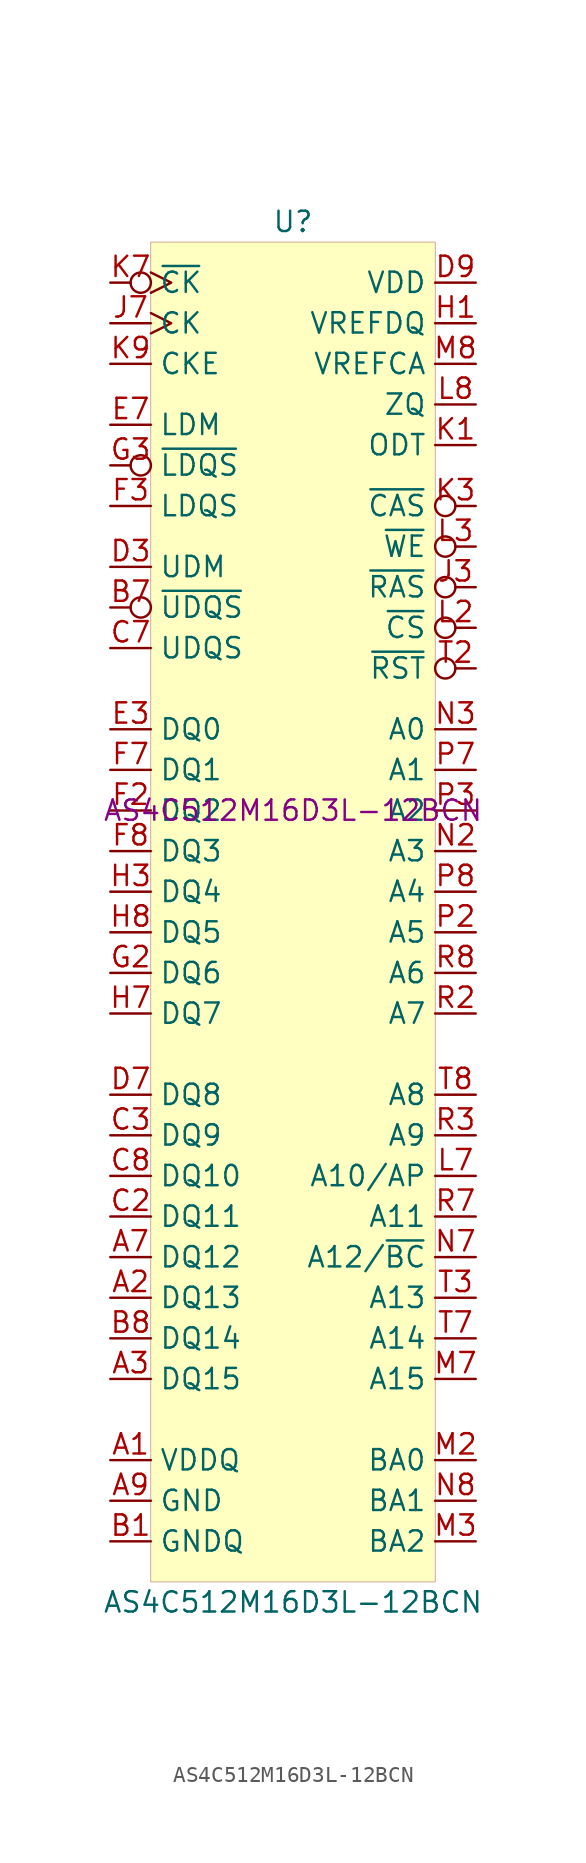
<source format=kicad_sym>
(kicad_symbol_lib
  (version 20201005)
  (generator kicad_symbol_editor)
  (symbol "lethalbit-memory:AS4C512M16D3L-12BCN"
    (property "Reference" "U"
      (at 0 36.83 0)
      (effects (font (size 1.27 1.27))))
    (property "Value" "AS4C512M16D3L-12BCN"
      (at 0 -49.53 0)
      (effects (font (size 1.27 1.27))))
    (property "MPN" "AS4C512M16D3L-12BCN"
      (at 0 0 0)
      (effects (font (size 1.27 1.27))))
    (symbol "AS4C512M16D3L-12BCN_0_1"
      (rectangle (start -8.89 35.56) (end 8.89 -48.26) (stroke (width 0.001)) (fill (type background))))
    (symbol "AS4C512M16D3L-12BCN_1_1"
      (pin bidirectional line (at -11.43 -22.86 0) (length 2.54) (name "DQ10" (effects (font (size 1.27 1.27)))) (number "C8" (effects (font (size 1.27 1.27)))))
      (pin passive line (at -11.43 -40.64 0) (length 2.54) hide (name "VDDQ" (effects (font (size 1.27 1.27)))) (number "C9" (effects (font (size 1.27 1.27)))))
      (pin passive line (at -11.43 -45.72 0) (length 2.54) hide (name "GNDQ" (effects (font (size 1.27 1.27)))) (number "D1" (effects (font (size 1.27 1.27)))))
      (pin passive line (at -11.43 -40.64 0) (length 2.54) hide (name "VDDQ" (effects (font (size 1.27 1.27)))) (number "D2" (effects (font (size 1.27 1.27)))))
      (pin input line (at -11.43 15.24 0) (length 2.54) (name "UDM" (effects (font (size 1.27 1.27)))) (number "D3" (effects (font (size 1.27 1.27)))))
      (pin bidirectional line (at -11.43 -17.78 0) (length 2.54) (name "DQ8" (effects (font (size 1.27 1.27)))) (number "D7" (effects (font (size 1.27 1.27)))))
      (pin passive line (at -11.43 -45.72 0) (length 2.54) hide (name "GNDQ" (effects (font (size 1.27 1.27)))) (number "D8" (effects (font (size 1.27 1.27)))))
      (pin power_in line (at 11.43 33.02 180) (length 2.54) (name "VDD" (effects (font (size 1.27 1.27)))) (number "D9" (effects (font (size 1.27 1.27)))))
      (pin passive line (at -11.43 -43.18 0) (length 2.54) hide (name "GND" (effects (font (size 1.27 1.27)))) (number "B3" (effects (font (size 1.27 1.27)))))
      (pin bidirectional inverted (at -11.43 12.7 0) (length 2.54) (name "~UDQS" (effects (font (size 1.27 1.27)))) (number "B7" (effects (font (size 1.27 1.27)))))
      (pin bidirectional line (at -11.43 -33.02 0) (length 2.54) (name "DQ14" (effects (font (size 1.27 1.27)))) (number "B8" (effects (font (size 1.27 1.27)))))
      (pin passive line (at -11.43 -45.72 0) (length 2.54) hide (name "GNDQ" (effects (font (size 1.27 1.27)))) (number "B9" (effects (font (size 1.27 1.27)))))
      (pin passive line (at -11.43 -40.64 0) (length 2.54) hide (name "VDDQ" (effects (font (size 1.27 1.27)))) (number "C1" (effects (font (size 1.27 1.27)))))
      (pin bidirectional line (at -11.43 -25.4 0) (length 2.54) (name "DQ11" (effects (font (size 1.27 1.27)))) (number "C2" (effects (font (size 1.27 1.27)))))
      (pin bidirectional line (at -11.43 -20.32 0) (length 2.54) (name "DQ9" (effects (font (size 1.27 1.27)))) (number "C3" (effects (font (size 1.27 1.27)))))
      (pin bidirectional line (at -11.43 10.16 0) (length 2.54) (name "UDQS" (effects (font (size 1.27 1.27)))) (number "C7" (effects (font (size 1.27 1.27)))))
      (pin power_in line (at -11.43 -40.64 0) (length 2.54) (name "VDDQ" (effects (font (size 1.27 1.27)))) (number "A1" (effects (font (size 1.27 1.27)))))
      (pin bidirectional line (at -11.43 -30.48 0) (length 2.54) (name "DQ13" (effects (font (size 1.27 1.27)))) (number "A2" (effects (font (size 1.27 1.27)))))
      (pin bidirectional line (at -11.43 -35.56 0) (length 2.54) (name "DQ15" (effects (font (size 1.27 1.27)))) (number "A3" (effects (font (size 1.27 1.27)))))
      (pin bidirectional line (at -11.43 -27.94 0) (length 2.54) (name "DQ12" (effects (font (size 1.27 1.27)))) (number "A7" (effects (font (size 1.27 1.27)))))
      (pin passive line (at -11.43 -40.64 0) (length 2.54) hide (name "VDDQ" (effects (font (size 1.27 1.27)))) (number "A8" (effects (font (size 1.27 1.27)))))
      (pin passive line (at -11.43 -43.18 0) (length 2.54) (name "GND" (effects (font (size 1.27 1.27)))) (number "A9" (effects (font (size 1.27 1.27)))))
      (pin passive line (at -11.43 -45.72 0) (length 2.54) (name "GNDQ" (effects (font (size 1.27 1.27)))) (number "B1" (effects (font (size 1.27 1.27)))))
      (pin passive line (at -11.43 -40.64 0) (length 2.54) hide (name "VDDQ" (effects (font (size 1.27 1.27)))) (number "B2" (effects (font (size 1.27 1.27)))))
      (pin passive line (at -11.43 -43.18 0) (length 2.54) hide (name "GND" (effects (font (size 1.27 1.27)))) (number "G8" (effects (font (size 1.27 1.27)))))
      (pin passive line (at -11.43 -45.72 0) (length 2.54) hide (name "GNDQ" (effects (font (size 1.27 1.27)))) (number "G9" (effects (font (size 1.27 1.27)))))
      (pin power_in line (at 11.43 30.48 180) (length 2.54) (name "VREFDQ" (effects (font (size 1.27 1.27)))) (number "H1" (effects (font (size 1.27 1.27)))))
      (pin passive line (at -11.43 -40.64 0) (length 2.54) hide (name "VDDQ" (effects (font (size 1.27 1.27)))) (number "H2" (effects (font (size 1.27 1.27)))))
      (pin bidirectional line (at -11.43 -5.08 0) (length 2.54) (name "DQ4" (effects (font (size 1.27 1.27)))) (number "H3" (effects (font (size 1.27 1.27)))))
      (pin bidirectional line (at -11.43 -12.7 0) (length 2.54) (name "DQ7" (effects (font (size 1.27 1.27)))) (number "H7" (effects (font (size 1.27 1.27)))))
      (pin bidirectional line (at -11.43 -7.62 0) (length 2.54) (name "DQ5" (effects (font (size 1.27 1.27)))) (number "H8" (effects (font (size 1.27 1.27)))))
      (pin passive line (at -11.43 -40.64 0) (length 2.54) hide (name "VDDQ" (effects (font (size 1.27 1.27)))) (number "H9" (effects (font (size 1.27 1.27)))))
      (pin bidirectional line (at -11.43 19.05 0) (length 2.54) (name "LDQS" (effects (font (size 1.27 1.27)))) (number "F3" (effects (font (size 1.27 1.27)))))
      (pin bidirectional line (at -11.43 2.54 0) (length 2.54) (name "DQ1" (effects (font (size 1.27 1.27)))) (number "F7" (effects (font (size 1.27 1.27)))))
      (pin bidirectional line (at -11.43 -2.54 0) (length 2.54) (name "DQ3" (effects (font (size 1.27 1.27)))) (number "F8" (effects (font (size 1.27 1.27)))))
      (pin passive line (at -11.43 -45.72 0) (length 2.54) hide (name "GNDQ" (effects (font (size 1.27 1.27)))) (number "F9" (effects (font (size 1.27 1.27)))))
      (pin passive line (at -11.43 -45.72 0) (length 2.54) hide (name "GNDQ" (effects (font (size 1.27 1.27)))) (number "G1" (effects (font (size 1.27 1.27)))))
      (pin bidirectional line (at -11.43 -10.16 0) (length 2.54) (name "DQ6" (effects (font (size 1.27 1.27)))) (number "G2" (effects (font (size 1.27 1.27)))))
      (pin bidirectional inverted (at -11.43 21.59 0) (length 2.54) (name "~LDQS" (effects (font (size 1.27 1.27)))) (number "G3" (effects (font (size 1.27 1.27)))))
      (pin passive line (at 11.43 33.02 180) (length 2.54) hide (name "VDD" (effects (font (size 1.27 1.27)))) (number "G7" (effects (font (size 1.27 1.27)))))
      (pin passive line (at -11.43 -43.18 0) (length 2.54) hide (name "GND" (effects (font (size 1.27 1.27)))) (number "E1" (effects (font (size 1.27 1.27)))))
      (pin passive line (at -11.43 -45.72 0) (length 2.54) hide (name "GNDQ" (effects (font (size 1.27 1.27)))) (number "E2" (effects (font (size 1.27 1.27)))))
      (pin bidirectional line (at -11.43 5.08 0) (length 2.54) (name "DQ0" (effects (font (size 1.27 1.27)))) (number "E3" (effects (font (size 1.27 1.27)))))
      (pin input line (at -11.43 24.13 0) (length 2.54) (name "LDM" (effects (font (size 1.27 1.27)))) (number "E7" (effects (font (size 1.27 1.27)))))
      (pin passive line (at -11.43 -45.72 0) (length 2.54) hide (name "GNDQ" (effects (font (size 1.27 1.27)))) (number "E8" (effects (font (size 1.27 1.27)))))
      (pin passive line (at -11.43 -40.64 0) (length 2.54) hide (name "VDDQ" (effects (font (size 1.27 1.27)))) (number "E9" (effects (font (size 1.27 1.27)))))
      (pin passive line (at -11.43 -40.64 0) (length 2.54) hide (name "VDDQ" (effects (font (size 1.27 1.27)))) (number "F1" (effects (font (size 1.27 1.27)))))
      (pin bidirectional line (at -11.43 0 0) (length 2.54) (name "DQ2" (effects (font (size 1.27 1.27)))) (number "F2" (effects (font (size 1.27 1.27)))))
      (pin passive line (at 11.43 25.4 180) (length 2.54) (name "ZQ" (effects (font (size 1.27 1.27)))) (number "L8" (effects (font (size 1.27 1.27)))))
      (pin passive line (at -11.43 -43.18 0) (length 2.54) hide (name "GND" (effects (font (size 1.27 1.27)))) (number "M1" (effects (font (size 1.27 1.27)))))
      (pin input line (at 11.43 -40.64 180) (length 2.54) (name "BA0" (effects (font (size 1.27 1.27)))) (number "M2" (effects (font (size 1.27 1.27)))))
      (pin input line (at 11.43 -45.72 180) (length 2.54) (name "BA2" (effects (font (size 1.27 1.27)))) (number "M3" (effects (font (size 1.27 1.27)))))
      (pin input line (at 11.43 -35.56 180) (length 2.54) (name "A15" (effects (font (size 1.27 1.27)))) (number "M7" (effects (font (size 1.27 1.27)))))
      (pin power_in line (at 11.43 27.94 180) (length 2.54) (name "VREFCA" (effects (font (size 1.27 1.27)))) (number "M8" (effects (font (size 1.27 1.27)))))
      (pin passive line (at -11.43 -43.18 0) (length 2.54) hide (name "GND" (effects (font (size 1.27 1.27)))) (number "M9" (effects (font (size 1.27 1.27)))))
      (pin input inverted (at 11.43 19.05 180) (length 2.54) (name "~CAS" (effects (font (size 1.27 1.27)))) (number "K3" (effects (font (size 1.27 1.27)))))
      (pin input inverted_clock (at -11.43 33.02 0) (length 2.54) (name "~CK" (effects (font (size 1.27 1.27)))) (number "K7" (effects (font (size 1.27 1.27)))))
      (pin passive line (at 11.43 33.02 180) (length 2.54) hide (name "VDD" (effects (font (size 1.27 1.27)))) (number "K8" (effects (font (size 1.27 1.27)))))
      (pin input line (at -11.43 27.94 0) (length 2.54) (name "CKE" (effects (font (size 1.27 1.27)))) (number "K9" (effects (font (size 1.27 1.27)))))
      (pin input inverted (at 11.43 11.43 180) (length 2.54) (name "~CS" (effects (font (size 1.27 1.27)))) (number "L2" (effects (font (size 1.27 1.27)))))
      (pin input inverted (at 11.43 16.51 180) (length 2.54) (name "~WE" (effects (font (size 1.27 1.27)))) (number "L3" (effects (font (size 1.27 1.27)))))
      (pin input line (at 11.43 -22.86 180) (length 2.54) (name "A10/AP" (effects (font (size 1.27 1.27)))) (number "L7" (effects (font (size 1.27 1.27)))))
      (pin passive line (at -11.43 -43.18 0) (length 2.54) hide (name "GND" (effects (font (size 1.27 1.27)))) (number "J2" (effects (font (size 1.27 1.27)))))
      (pin bidirectional inverted (at 11.43 13.97 180) (length 2.54) (name "~RAS" (effects (font (size 1.27 1.27)))) (number "J3" (effects (font (size 1.27 1.27)))))
      (pin input clock (at -11.43 30.48 0) (length 2.54) (name "CK" (effects (font (size 1.27 1.27)))) (number "J7" (effects (font (size 1.27 1.27)))))
      (pin passive line (at 11.43 33.02 180) (length 2.54) hide (name "VDD" (effects (font (size 1.27 1.27)))) (number "J8" (effects (font (size 1.27 1.27)))))
      (pin input line (at 11.43 22.86 180) (length 2.54) (name "ODT" (effects (font (size 1.27 1.27)))) (number "K1" (effects (font (size 1.27 1.27)))))
      (pin passive line (at 11.43 33.02 180) (length 2.54) hide (name "VDD" (effects (font (size 1.27 1.27)))) (number "K2" (effects (font (size 1.27 1.27)))))
      (pin input line (at 11.43 -10.16 180) (length 2.54) (name "A6" (effects (font (size 1.27 1.27)))) (number "R8" (effects (font (size 1.27 1.27)))))
      (pin passive line (at 11.43 33.02 180) (length 2.54) hide (name "VDD" (effects (font (size 1.27 1.27)))) (number "R9" (effects (font (size 1.27 1.27)))))
      (pin passive line (at -11.43 -43.18 0) (length 2.54) hide (name "GND" (effects (font (size 1.27 1.27)))) (number "T1" (effects (font (size 1.27 1.27)))))
      (pin input inverted (at 11.43 8.89 180) (length 2.54) (name "~RST" (effects (font (size 1.27 1.27)))) (number "T2" (effects (font (size 1.27 1.27)))))
      (pin input line (at 11.43 -30.48 180) (length 2.54) (name "A13" (effects (font (size 1.27 1.27)))) (number "T3" (effects (font (size 1.27 1.27)))))
      (pin input line (at 11.43 -33.02 180) (length 2.54) (name "A14" (effects (font (size 1.27 1.27)))) (number "T7" (effects (font (size 1.27 1.27)))))
      (pin input line (at 11.43 -17.78 180) (length 2.54) (name "A8" (effects (font (size 1.27 1.27)))) (number "T8" (effects (font (size 1.27 1.27)))))
      (pin passive line (at -11.43 -43.18 0) (length 2.54) hide (name "GND" (effects (font (size 1.27 1.27)))) (number "T9" (effects (font (size 1.27 1.27)))))
      (pin input line (at 11.43 0 180) (length 2.54) (name "A2" (effects (font (size 1.27 1.27)))) (number "P3" (effects (font (size 1.27 1.27)))))
      (pin input line (at 11.43 2.54 180) (length 2.54) (name "A1" (effects (font (size 1.27 1.27)))) (number "P7" (effects (font (size 1.27 1.27)))))
      (pin input line (at 11.43 -5.08 180) (length 2.54) (name "A4" (effects (font (size 1.27 1.27)))) (number "P8" (effects (font (size 1.27 1.27)))))
      (pin passive line (at -11.43 -43.18 0) (length 2.54) hide (name "GND" (effects (font (size 1.27 1.27)))) (number "P9" (effects (font (size 1.27 1.27)))))
      (pin passive line (at 11.43 33.02 180) (length 2.54) hide (name "VDD" (effects (font (size 1.27 1.27)))) (number "R1" (effects (font (size 1.27 1.27)))))
      (pin input line (at 11.43 -12.7 180) (length 2.54) (name "A7" (effects (font (size 1.27 1.27)))) (number "R2" (effects (font (size 1.27 1.27)))))
      (pin input line (at 11.43 -20.32 180) (length 2.54) (name "A9" (effects (font (size 1.27 1.27)))) (number "R3" (effects (font (size 1.27 1.27)))))
      (pin input line (at 11.43 -25.4 180) (length 2.54) (name "A11" (effects (font (size 1.27 1.27)))) (number "R7" (effects (font (size 1.27 1.27)))))
      (pin passive line (at 11.43 33.02 180) (length 2.54) hide (name "VDD" (effects (font (size 1.27 1.27)))) (number "N1" (effects (font (size 1.27 1.27)))))
      (pin input line (at 11.43 -2.54 180) (length 2.54) (name "A3" (effects (font (size 1.27 1.27)))) (number "N2" (effects (font (size 1.27 1.27)))))
      (pin input line (at 11.43 5.08 180) (length 2.54) (name "A0" (effects (font (size 1.27 1.27)))) (number "N3" (effects (font (size 1.27 1.27)))))
      (pin input line (at 11.43 -27.94 180) (length 2.54) (name "A12/~BC" (effects (font (size 1.27 1.27)))) (number "N7" (effects (font (size 1.27 1.27)))))
      (pin input line (at 11.43 -43.18 180) (length 2.54) (name "BA1" (effects (font (size 1.27 1.27)))) (number "N8" (effects (font (size 1.27 1.27)))))
      (pin passive line (at 11.43 33.02 180) (length 2.54) hide (name "VDD" (effects (font (size 1.27 1.27)))) (number "N9" (effects (font (size 1.27 1.27)))))
      (pin passive line (at -11.43 -43.18 0) (length 2.54) hide (name "GND" (effects (font (size 1.27 1.27)))) (number "P1" (effects (font (size 1.27 1.27)))))
      (pin input line (at 11.43 -7.62 180) (length 2.54) (name "A5" (effects (font (size 1.27 1.27)))) (number "P2" (effects (font (size 1.27 1.27))))))))
</source>
